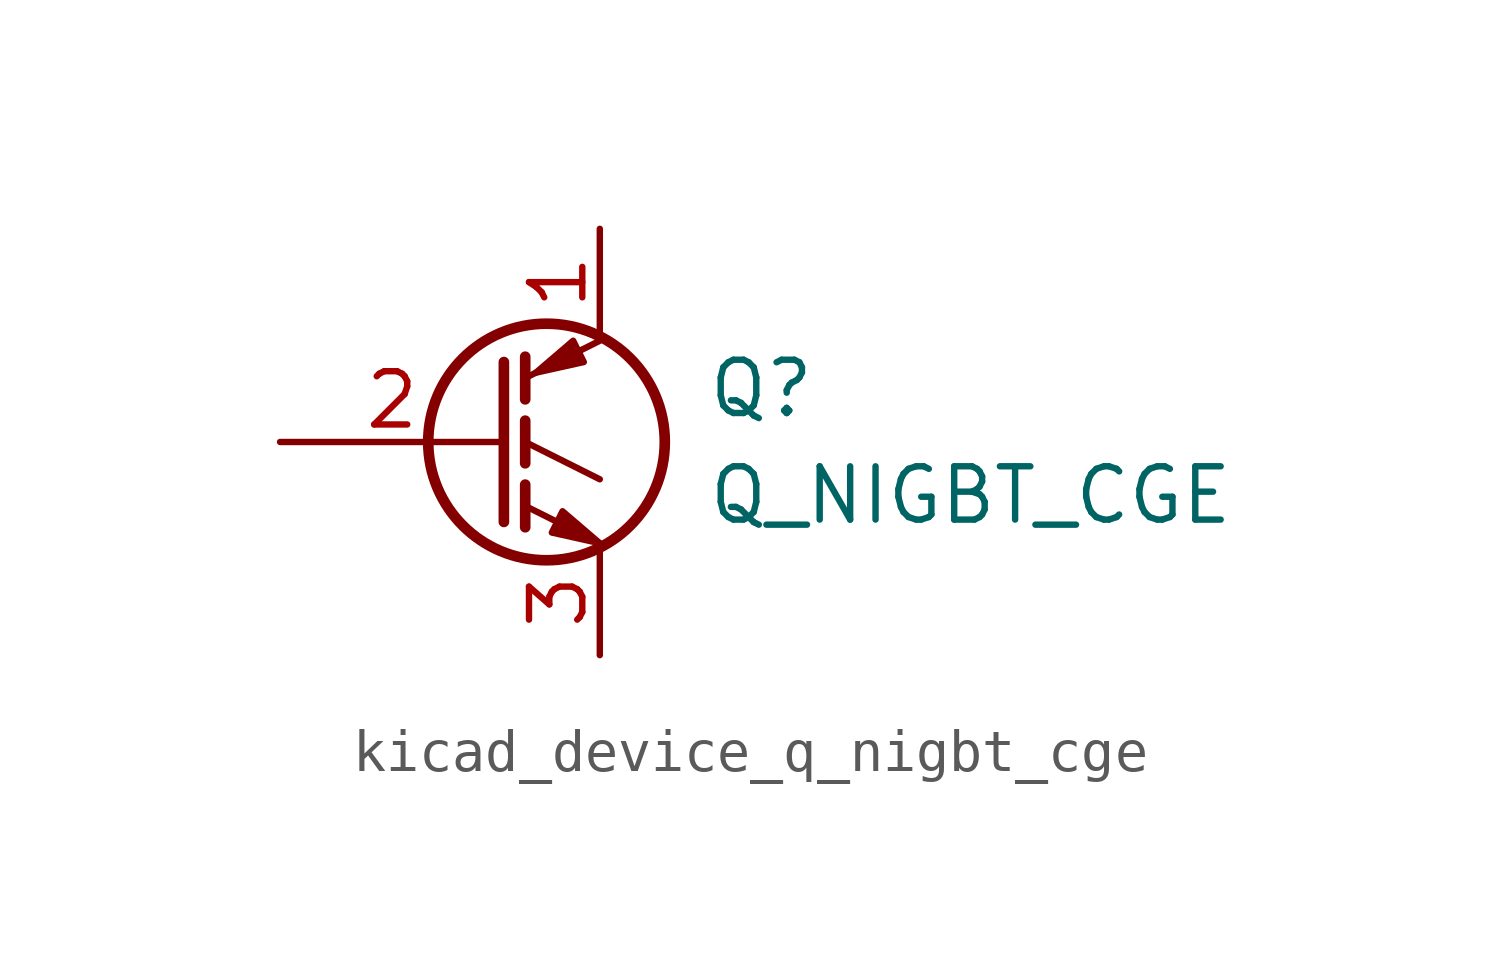
<source format=kicad_sym>
(kicad_symbol_lib
  (version 20220914)
  (generator kicad_symbol_editor)
  (symbol "kicad_device_q_nigbt_cge"
    (pin_names
      (offset 0) hide)
    (property "Reference" "Q"
      (at 5.08 1.27 0)
      (effects (font (size 1.27 1.27)) (justify left)))
    (property "Value" "Q_NIGBT_CGE"
      (at 5.08 -1.27 0)
      (effects (font (size 1.27 1.27)) (justify left)))
    (symbol "kicad_device_q_nigbt_cge_0_1"
      (polyline (pts (xy 0.762 -1.016) (xy 0.762 -2.032)) (stroke (width 0.254) (type default)) (fill (type none)))
      (polyline (pts (xy 0.762 0.508) (xy 0.762 -0.508)) (stroke (width 0.254) (type default)) (fill (type none)))
      (polyline (pts (xy 0.762 2.032) (xy 0.762 1.016)) (stroke (width 0.254) (type default)) (fill (type none)))
      (polyline (pts (xy 2.54 -2.413) (xy 0.762 -1.524)) (stroke (width 0) (type default)) (fill (type none)))
      (polyline (pts (xy 2.54 -0.889) (xy 0.762 0)) (stroke (width 0) (type default)) (fill (type none)))
      (polyline (pts (xy 2.54 2.413) (xy 0.762 1.524)) (stroke (width 0) (type default)) (fill (type none)))
      (polyline (pts (xy 0.254 1.905) (xy 0.254 -1.905) (xy 0.254 -1.905)) (stroke (width 0.254) (type default)) (fill (type none)))
      (polyline (pts (xy 1.397 -2.159) (xy 1.651 -1.651) (xy 2.54 -2.413) (xy 1.397 -2.159)) (stroke (width 0) (type default)) (fill (type outline)))
      (polyline (pts (xy 2.159 1.905) (xy 1.905 2.413) (xy 1.016 1.651) (xy 2.159 1.905)) (stroke (width 0) (type default)) (fill (type outline)))
      (circle (center 1.27 0) (radius 2.819) (stroke (width 0.254) (type default)) (fill (type none))))
    (symbol "kicad_device_q_nigbt_cge_1_1"
      (pin passive line (at 2.54 5.08 270) (length 2.54) (name "C" (effects (font (size 1.27 1.27)))) (number "1" (effects (font (size 1.27 1.27)))))
      (pin input line (at -5.08 0 0) (length 5.334) (name "G" (effects (font (size 1.27 1.27)))) (number "2" (effects (font (size 1.27 1.27)))))
      (pin passive line (at 2.54 -5.08 90) (length 2.54) (name "E" (effects (font (size 1.27 1.27)))) (number "3" (effects (font (size 1.27 1.27))))))))
</source>
